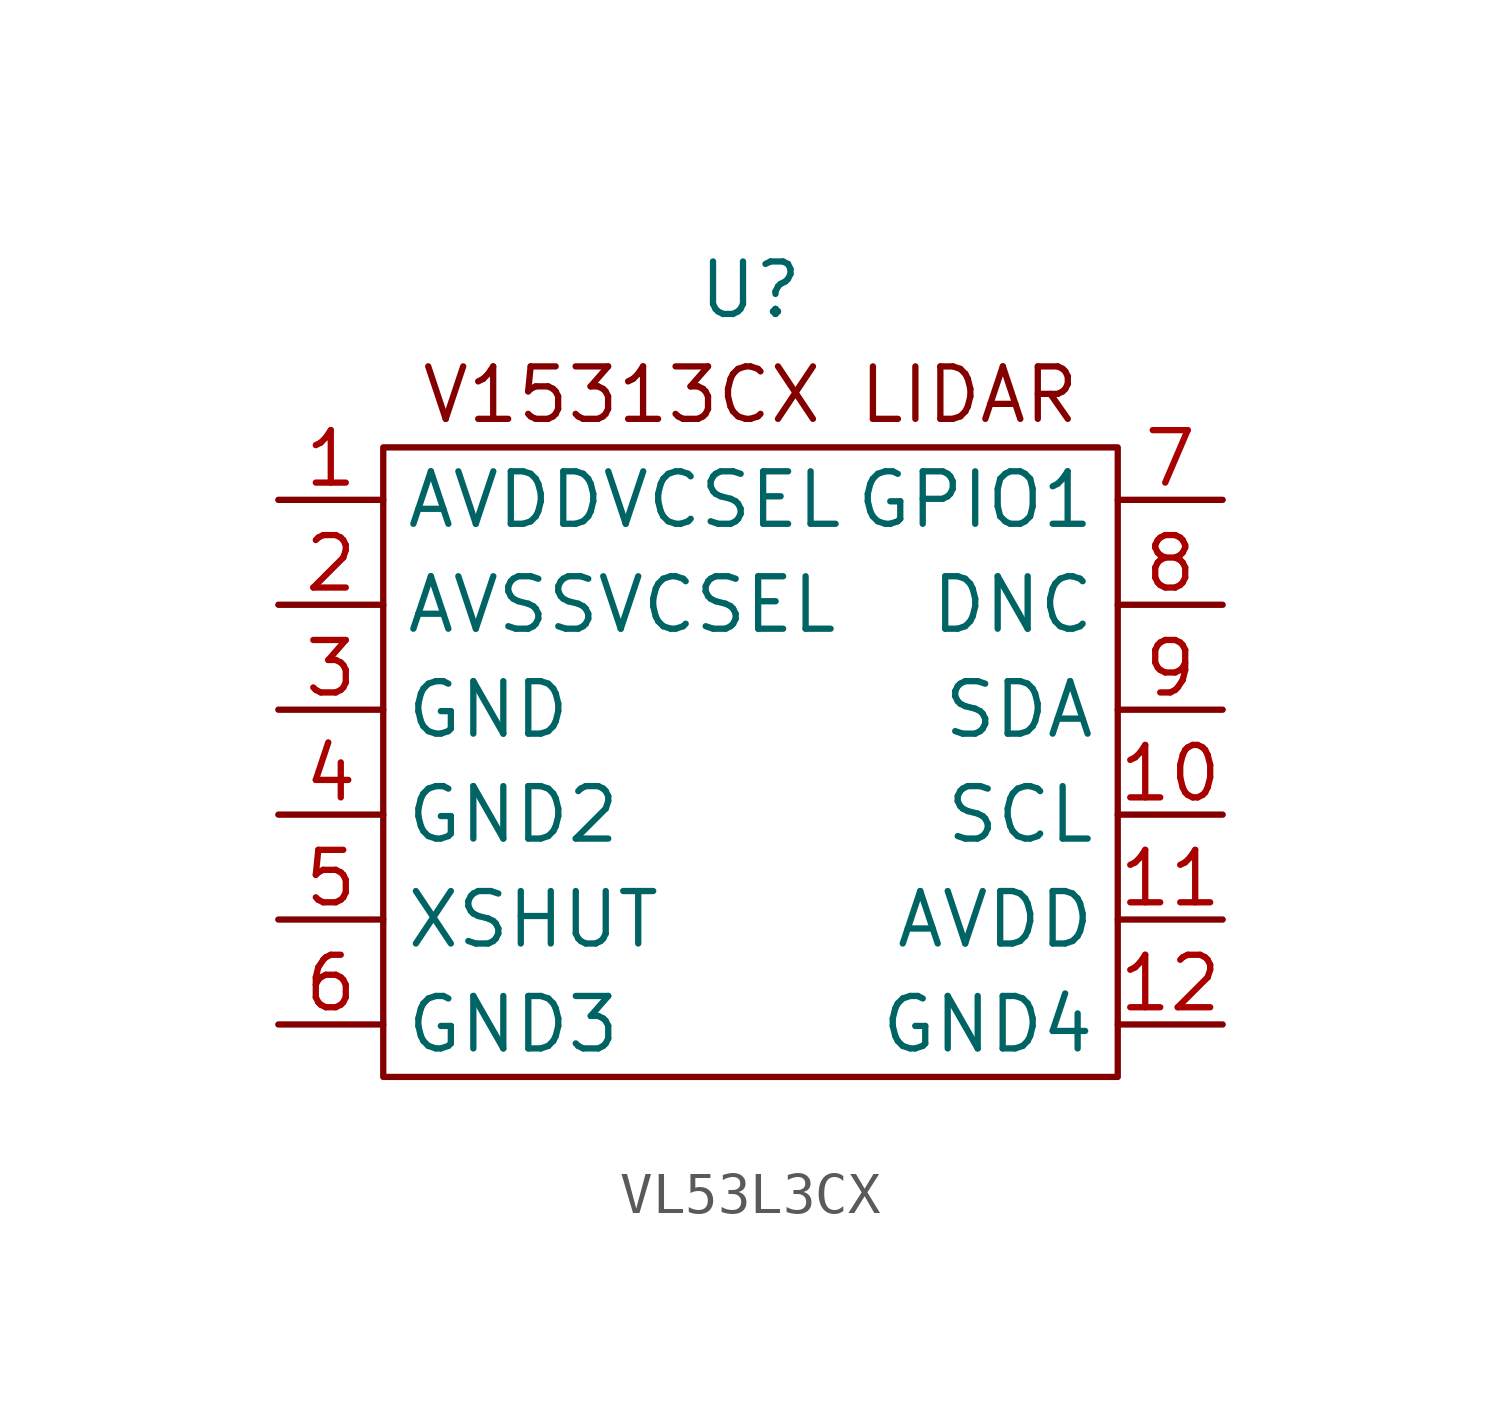
<source format=kicad_sym>
(kicad_symbol_lib
  (version 20220914)
  (generator kicad_symbol_editor)
  (symbol "VL53L3CX"
    (property "Reference" "U"
      (at 0 6.35 0)
      (effects (font (size 1.27 1.27))))
    (property "Value" ""
      (at -3.81 -1.27 0)
      (effects (font (size 1.27 1.27))))
    (symbol "VL53L3CX_0_0"
      (pin power_in line (at -11.43 1.27 0) (length 2.54) (name "AVDDVCSEL" (effects (font (size 1.27 1.27)))) (number "1" (effects (font (size 1.27 1.27)))))
      (pin input line (at 11.43 -6.35 180) (length 2.54) (name "SCL" (effects (font (size 1.27 1.27)))) (number "10" (effects (font (size 1.27 1.27)))))
      (pin power_in line (at 11.43 -8.89 180) (length 2.54) (name "AVDD" (effects (font (size 1.27 1.27)))) (number "11" (effects (font (size 1.27 1.27)))))
      (pin power_in line (at 11.43 -11.43 180) (length 2.54) (name "GND4" (effects (font (size 1.27 1.27)))) (number "12" (effects (font (size 1.27 1.27)))))
      (pin power_in line (at -11.43 -1.27 0) (length 2.54) (name "AVSSVCSEL" (effects (font (size 1.27 1.27)))) (number "2" (effects (font (size 1.27 1.27)))))
      (pin power_in line (at -11.43 -3.81 0) (length 2.54) (name "GND" (effects (font (size 1.27 1.27)))) (number "3" (effects (font (size 1.27 1.27)))))
      (pin power_in line (at -11.43 -6.35 0) (length 2.54) (name "GND2" (effects (font (size 1.27 1.27)))) (number "4" (effects (font (size 1.27 1.27)))))
      (pin input line (at -11.43 -8.89 0) (length 2.54) (name "XSHUT" (effects (font (size 1.27 1.27)))) (number "5" (effects (font (size 1.27 1.27)))))
      (pin power_in line (at -11.43 -11.43 0) (length 2.54) (name "GND3" (effects (font (size 1.27 1.27)))) (number "6" (effects (font (size 1.27 1.27)))))
      (pin output line (at 11.43 1.27 180) (length 2.54) (name "GPIO1" (effects (font (size 1.27 1.27)))) (number "7" (effects (font (size 1.27 1.27)))))
      (pin input line (at 11.43 -1.27 180) (length 2.54) (name "DNC" (effects (font (size 1.27 1.27)))) (number "8" (effects (font (size 1.27 1.27)))))
      (pin bidirectional line (at 11.43 -3.81 180) (length 2.54) (name "SDA" (effects (font (size 1.27 1.27)))) (number "9" (effects (font (size 1.27 1.27))))))
    (symbol "VL53L3CX_0_1"
      (rectangle (start -8.89 2.54) (end 8.89 -12.7) (stroke (width 0) (type default)) (fill (type none))))
    (symbol "VL53L3CX_1_1"
      (text "V15313CX LIDAR" (at 0 3.81 0) (effects (font (size 1.27 1.27)))))))
</source>
